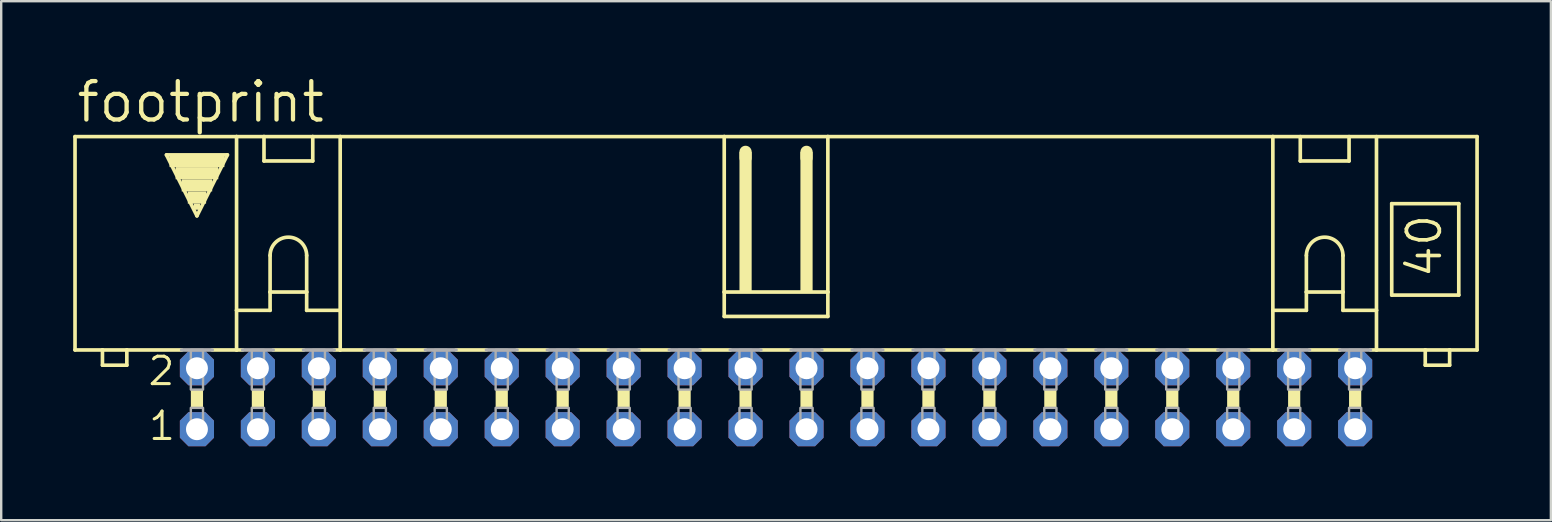
<source format=kicad_pcb>
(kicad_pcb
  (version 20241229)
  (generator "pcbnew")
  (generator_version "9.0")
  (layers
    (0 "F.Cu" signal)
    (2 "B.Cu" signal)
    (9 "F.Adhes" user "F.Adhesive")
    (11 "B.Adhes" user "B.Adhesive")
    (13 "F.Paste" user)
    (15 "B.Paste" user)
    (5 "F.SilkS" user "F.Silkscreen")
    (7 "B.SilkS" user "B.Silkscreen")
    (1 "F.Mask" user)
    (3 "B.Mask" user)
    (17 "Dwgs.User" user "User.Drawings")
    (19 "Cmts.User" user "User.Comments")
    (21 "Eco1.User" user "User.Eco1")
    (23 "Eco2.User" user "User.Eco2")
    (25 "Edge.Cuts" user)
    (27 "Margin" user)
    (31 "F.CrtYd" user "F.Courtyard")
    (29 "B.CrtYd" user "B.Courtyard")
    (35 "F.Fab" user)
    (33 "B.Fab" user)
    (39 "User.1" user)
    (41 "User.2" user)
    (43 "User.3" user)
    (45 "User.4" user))
  (footprint "footprint"
    (layer "F.Cu")
    (at 29.286 13.564)
    (property "Reference" "footprint" (at -29.235 -11.43 0) (layer "F.SilkS") (effects (font (size 1.6 1.6) (thickness 0.178)) (justify left bottom)))
    (fp_line (start -29.21 -2.032) (end -29.21 -10.922) (stroke (width 0.152) (type solid)) (layer "F.SilkS"))
    (fp_line (start -29.21 -2.032) (end -28.067 -2.032) (stroke (width 0.152) (type solid)) (layer "F.SilkS"))
    (fp_line (start -28.067 -2.032) (end -28.067 -1.397) (stroke (width 0.152) (type solid)) (layer "F.SilkS"))
    (fp_line (start -28.067 -2.032) (end -27.051 -2.032) (stroke (width 0.152) (type solid)) (layer "F.SilkS"))
    (fp_line (start -27.051 -2.032) (end -24.765 -2.032) (stroke (width 0.152) (type solid)) (layer "F.SilkS"))
    (fp_line (start -27.051 -1.397) (end -28.067 -1.397) (stroke (width 0.152) (type solid)) (layer "F.SilkS"))
    (fp_line (start -27.051 -1.397) (end -27.051 -2.032) (stroke (width 0.152) (type solid)) (layer "F.SilkS"))
    (fp_line (start -25.4 -10.16) (end -22.86 -10.16) (stroke (width 0.152) (type solid)) (layer "F.SilkS"))
    (fp_line (start -24.13 -7.62) (end -25.4 -10.16) (stroke (width 0.152) (type solid)) (layer "F.SilkS"))
    (fp_line (start -23.495 -2.032) (end -22.479 -2.032) (stroke (width 0.152) (type solid)) (layer "F.SilkS"))
    (fp_line (start -22.86 -10.16) (end -24.13 -7.62) (stroke (width 0.152) (type solid)) (layer "F.SilkS"))
    (fp_line (start -22.479 -10.922) (end -29.21 -10.922) (stroke (width 0.152) (type solid)) (layer "F.SilkS"))
    (fp_line (start -22.479 -10.922) (end -21.336 -10.922) (stroke (width 0.152) (type solid)) (layer "F.SilkS"))
    (fp_line (start -22.479 -3.683) (end -22.479 -10.922) (stroke (width 0.152) (type solid)) (layer "F.SilkS"))
    (fp_line (start -22.479 -3.683) (end -22.479 -2.032) (stroke (width 0.152) (type solid)) (layer "F.SilkS"))
    (fp_line (start -22.479 -3.683) (end -21.082 -3.683) (stroke (width 0.152) (type solid)) (layer "F.SilkS"))
    (fp_line (start -22.479 -2.032) (end -22.225 -2.032) (stroke (width 0.152) (type solid)) (layer "F.SilkS"))
    (fp_line (start -21.336 -10.922) (end -19.304 -10.922) (stroke (width 0.152) (type solid)) (layer "F.SilkS"))
    (fp_line (start -21.336 -9.906) (end -21.336 -10.922) (stroke (width 0.152) (type solid)) (layer "F.SilkS"))
    (fp_line (start -21.336 -9.906) (end -19.304 -9.906) (stroke (width 0.152) (type solid)) (layer "F.SilkS"))
    (fp_line (start -21.082 -5.969) (end -21.082 -4.445) (stroke (width 0.152) (type solid)) (layer "F.SilkS"))
    (fp_line (start -21.082 -4.445) (end -21.082 -3.683) (stroke (width 0.152) (type solid)) (layer "F.SilkS"))
    (fp_line (start -21.082 -4.445) (end -19.558 -4.445) (stroke (width 0.152) (type solid)) (layer "F.SilkS"))
    (fp_line (start -20.955 -2.032) (end -19.685 -2.032) (stroke (width 0.152) (type solid)) (layer "F.SilkS"))
    (fp_line (start -19.558 -5.969) (end -19.558 -4.445) (stroke (width 0.152) (type solid)) (layer "F.SilkS"))
    (fp_line (start -19.558 -4.445) (end -19.558 -3.683) (stroke (width 0.152) (type solid)) (layer "F.SilkS"))
    (fp_line (start -19.558 -3.683) (end -18.161 -3.683) (stroke (width 0.152) (type solid)) (layer "F.SilkS"))
    (fp_line (start -19.304 -10.922) (end -19.304 -9.906) (stroke (width 0.152) (type solid)) (layer "F.SilkS"))
    (fp_line (start -19.304 -10.922) (end -18.161 -10.922) (stroke (width 0.152) (type solid)) (layer "F.SilkS"))
    (fp_line (start -18.415 -2.032) (end -18.161 -2.032) (stroke (width 0.152) (type solid)) (layer "F.SilkS"))
    (fp_line (start -18.161 -10.922) (end -2.159 -10.922) (stroke (width 0.152) (type solid)) (layer "F.SilkS"))
    (fp_line (start -18.161 -3.683) (end -18.161 -10.922) (stroke (width 0.152) (type solid)) (layer "F.SilkS"))
    (fp_line (start -18.161 -3.683) (end -18.161 -2.032) (stroke (width 0.152) (type solid)) (layer "F.SilkS"))
    (fp_line (start -18.161 -2.032) (end -17.145 -2.032) (stroke (width 0.152) (type solid)) (layer "F.SilkS"))
    (fp_line (start -15.875 -2.032) (end -14.605 -2.032) (stroke (width 0.152) (type solid)) (layer "F.SilkS"))
    (fp_line (start -13.335 -2.032) (end -12.065 -2.032) (stroke (width 0.152) (type solid)) (layer "F.SilkS"))
    (fp_line (start -10.795 -2.032) (end -9.525 -2.032) (stroke (width 0.152) (type solid)) (layer "F.SilkS"))
    (fp_line (start -8.255 -2.032) (end -6.985 -2.032) (stroke (width 0.152) (type solid)) (layer "F.SilkS"))
    (fp_line (start -5.715 -2.032) (end -4.445 -2.032) (stroke (width 0.152) (type solid)) (layer "F.SilkS"))
    (fp_line (start -3.175 -2.032) (end -1.905 -2.032) (stroke (width 0.152) (type solid)) (layer "F.SilkS"))
    (fp_line (start -2.159 -10.922) (end -2.159 -4.445) (stroke (width 0.152) (type solid)) (layer "F.SilkS"))
    (fp_line (start -2.159 -10.922) (end 2.159 -10.922) (stroke (width 0.152) (type solid)) (layer "F.SilkS"))
    (fp_line (start -2.159 -4.445) (end -2.159 -3.429) (stroke (width 0.152) (type solid)) (layer "F.SilkS"))
    (fp_line (start -1.27 -10.033) (end -1.27 -10.287) (stroke (width 0.508) (type solid)) (layer "F.SilkS"))
    (fp_line (start -0.635 -2.032) (end 0.635 -2.032) (stroke (width 0.152) (type solid)) (layer "F.SilkS"))
    (fp_line (start 1.27 -10.033) (end 1.27 -10.287) (stroke (width 0.508) (type solid)) (layer "F.SilkS"))
    (fp_line (start 1.905 -2.032) (end 3.175 -2.032) (stroke (width 0.152) (type solid)) (layer "F.SilkS"))
    (fp_line (start 2.159 -10.922) (end 2.159 -4.445) (stroke (width 0.152) (type solid)) (layer "F.SilkS"))
    (fp_line (start 2.159 -10.922) (end 20.701 -10.922) (stroke (width 0.152) (type solid)) (layer "F.SilkS"))
    (fp_line (start 2.159 -4.445) (end -2.159 -4.445) (stroke (width 0.152) (type solid)) (layer "F.SilkS"))
    (fp_line (start 2.159 -4.445) (end 2.159 -3.429) (stroke (width 0.152) (type solid)) (layer "F.SilkS"))
    (fp_line (start 2.159 -3.429) (end -2.159 -3.429) (stroke (width 0.152) (type solid)) (layer "F.SilkS"))
    (fp_line (start 4.445 -2.032) (end 5.715 -2.032) (stroke (width 0.152) (type solid)) (layer "F.SilkS"))
    (fp_line (start 6.985 -2.032) (end 8.255 -2.032) (stroke (width 0.152) (type solid)) (layer "F.SilkS"))
    (fp_line (start 9.525 -2.032) (end 10.795 -2.032) (stroke (width 0.152) (type solid)) (layer "F.SilkS"))
    (fp_line (start 12.065 -2.032) (end 13.335 -2.032) (stroke (width 0.152) (type solid)) (layer "F.SilkS"))
    (fp_line (start 14.605 -2.032) (end 15.875 -2.032) (stroke (width 0.152) (type solid)) (layer "F.SilkS"))
    (fp_line (start 17.145 -2.032) (end 18.415 -2.032) (stroke (width 0.152) (type solid)) (layer "F.SilkS"))
    (fp_line (start 19.685 -2.032) (end 20.701 -2.032) (stroke (width 0.152) (type solid)) (layer "F.SilkS"))
    (fp_line (start 20.701 -10.922) (end 29.21 -10.922) (stroke (width 0.152) (type solid)) (layer "F.SilkS"))
    (fp_line (start 20.701 -3.683) (end 20.701 -10.922) (stroke (width 0.152) (type solid)) (layer "F.SilkS"))
    (fp_line (start 20.701 -3.683) (end 20.701 -2.032) (stroke (width 0.152) (type solid)) (layer "F.SilkS"))
    (fp_line (start 20.701 -3.683) (end 22.098 -3.683) (stroke (width 0.152) (type solid)) (layer "F.SilkS"))
    (fp_line (start 20.701 -2.032) (end 20.955 -2.032) (stroke (width 0.152) (type solid)) (layer "F.SilkS"))
    (fp_line (start 21.844 -9.906) (end 21.844 -10.922) (stroke (width 0.152) (type solid)) (layer "F.SilkS"))
    (fp_line (start 21.844 -9.906) (end 23.876 -9.906) (stroke (width 0.152) (type solid)) (layer "F.SilkS"))
    (fp_line (start 22.098 -5.969) (end 22.098 -4.445) (stroke (width 0.152) (type solid)) (layer "F.SilkS"))
    (fp_line (start 22.098 -4.445) (end 22.098 -3.683) (stroke (width 0.152) (type solid)) (layer "F.SilkS"))
    (fp_line (start 22.098 -4.445) (end 23.622 -4.445) (stroke (width 0.152) (type solid)) (layer "F.SilkS"))
    (fp_line (start 22.225 -2.032) (end 23.495 -2.032) (stroke (width 0.152) (type solid)) (layer "F.SilkS"))
    (fp_line (start 23.622 -5.969) (end 23.622 -4.445) (stroke (width 0.152) (type solid)) (layer "F.SilkS"))
    (fp_line (start 23.622 -4.445) (end 23.622 -3.683) (stroke (width 0.152) (type solid)) (layer "F.SilkS"))
    (fp_line (start 23.622 -3.683) (end 25.019 -3.683) (stroke (width 0.152) (type solid)) (layer "F.SilkS"))
    (fp_line (start 23.876 -10.922) (end 23.876 -9.906) (stroke (width 0.152) (type solid)) (layer "F.SilkS"))
    (fp_line (start 25.019 -3.683) (end 25.019 -10.922) (stroke (width 0.152) (type solid)) (layer "F.SilkS"))
    (fp_line (start 25.019 -3.683) (end 25.019 -2.032) (stroke (width 0.152) (type solid)) (layer "F.SilkS"))
    (fp_line (start 25.019 -2.032) (end 24.765 -2.032) (stroke (width 0.152) (type solid)) (layer "F.SilkS"))
    (fp_line (start 25.654 -8.128) (end 25.654 -4.318) (stroke (width 0.152) (type solid)) (layer "F.SilkS"))
    (fp_line (start 25.654 -8.128) (end 28.448 -8.128) (stroke (width 0.152) (type solid)) (layer "F.SilkS"))
    (fp_line (start 25.654 -4.318) (end 28.448 -4.318) (stroke (width 0.152) (type solid)) (layer "F.SilkS"))
    (fp_line (start 27.051 -2.032) (end 25.019 -2.032) (stroke (width 0.152) (type solid)) (layer "F.SilkS"))
    (fp_line (start 27.051 -2.032) (end 27.051 -1.397) (stroke (width 0.152) (type solid)) (layer "F.SilkS"))
    (fp_line (start 28.067 -2.032) (end 27.051 -2.032) (stroke (width 0.152) (type solid)) (layer "F.SilkS"))
    (fp_line (start 28.067 -1.397) (end 27.051 -1.397) (stroke (width 0.152) (type solid)) (layer "F.SilkS"))
    (fp_line (start 28.067 -1.397) (end 28.067 -2.032) (stroke (width 0.152) (type solid)) (layer "F.SilkS"))
    (fp_line (start 28.448 -4.318) (end 28.448 -8.128) (stroke (width 0.152) (type solid)) (layer "F.SilkS"))
    (fp_line (start 29.21 -2.032) (end 28.067 -2.032) (stroke (width 0.152) (type solid)) (layer "F.SilkS"))
    (fp_line (start 29.21 -2.032) (end 29.21 -10.922) (stroke (width 0.152) (type solid)) (layer "F.SilkS"))
    (fp_arc (start -21.082 -5.969) (mid -20.32 -6.731) (end -19.558 -5.969) (stroke (width 0.1524) (type solid)) (layer "F.SilkS"))
    (fp_arc (start 22.098 -5.969) (mid 22.86 -6.731) (end 23.622 -5.969) (stroke (width 0.1524) (type solid)) (layer "F.SilkS"))
    (fp_poly (pts (xy -25.273 -9.652) (xy -22.987 -9.652) (xy -22.987 -10.16) (xy -25.273 -10.16)) (stroke (width 0) (type solid)) (fill yes) (layer "F.SilkS"))
    (fp_poly (pts (xy -25.019 -9.144) (xy -23.241 -9.144) (xy -23.241 -9.652) (xy -25.019 -9.652)) (stroke (width 0) (type solid)) (fill yes) (layer "F.SilkS"))
    (fp_poly (pts (xy -24.765 -8.636) (xy -23.495 -8.636) (xy -23.495 -9.144) (xy -24.765 -9.144)) (stroke (width 0) (type solid)) (fill yes) (layer "F.SilkS"))
    (fp_poly (pts (xy -24.511 -8.128) (xy -23.749 -8.128) (xy -23.749 -8.636) (xy -24.511 -8.636)) (stroke (width 0) (type solid)) (fill yes) (layer "F.SilkS"))
    (fp_poly (pts (xy -24.384 0.381) (xy -23.876 0.381) (xy -23.876 -0.381) (xy -24.384 -0.381)) (stroke (width 0) (type solid)) (fill yes) (layer "F.SilkS"))
    (fp_poly (pts (xy -24.257 -7.874) (xy -24.003 -7.874) (xy -24.003 -8.128) (xy -24.257 -8.128)) (stroke (width 0) (type solid)) (fill yes) (layer "F.SilkS"))
    (fp_poly (pts (xy -21.844 0.381) (xy -21.336 0.381) (xy -21.336 -0.381) (xy -21.844 -0.381)) (stroke (width 0) (type solid)) (fill yes) (layer "F.SilkS"))
    (fp_poly (pts (xy -19.304 0.381) (xy -18.796 0.381) (xy -18.796 -0.381) (xy -19.304 -0.381)) (stroke (width 0) (type solid)) (fill yes) (layer "F.SilkS"))
    (fp_poly (pts (xy -16.764 0.381) (xy -16.256 0.381) (xy -16.256 -0.381) (xy -16.764 -0.381)) (stroke (width 0) (type solid)) (fill yes) (layer "F.SilkS"))
    (fp_poly (pts (xy -14.224 0.381) (xy -13.716 0.381) (xy -13.716 -0.381) (xy -14.224 -0.381)) (stroke (width 0) (type solid)) (fill yes) (layer "F.SilkS"))
    (fp_poly (pts (xy -11.684 0.381) (xy -11.176 0.381) (xy -11.176 -0.381) (xy -11.684 -0.381)) (stroke (width 0) (type solid)) (fill yes) (layer "F.SilkS"))
    (fp_poly (pts (xy -9.144 0.381) (xy -8.636 0.381) (xy -8.636 -0.381) (xy -9.144 -0.381)) (stroke (width 0) (type solid)) (fill yes) (layer "F.SilkS"))
    (fp_poly (pts (xy -6.604 0.381) (xy -6.096 0.381) (xy -6.096 -0.381) (xy -6.604 -0.381)) (stroke (width 0) (type solid)) (fill yes) (layer "F.SilkS"))
    (fp_poly (pts (xy -4.064 0.381) (xy -3.556 0.381) (xy -3.556 -0.381) (xy -4.064 -0.381)) (stroke (width 0) (type solid)) (fill yes) (layer "F.SilkS"))
    (fp_poly (pts (xy -1.524 -4.445) (xy -1.016 -4.445) (xy -1.016 -10.287) (xy -1.524 -10.287)) (stroke (width 0) (type solid)) (fill yes) (layer "F.SilkS"))
    (fp_poly (pts (xy -1.524 0.381) (xy -1.016 0.381) (xy -1.016 -0.381) (xy -1.524 -0.381)) (stroke (width 0) (type solid)) (fill yes) (layer "F.SilkS"))
    (fp_poly (pts (xy 1.016 -4.445) (xy 1.524 -4.445) (xy 1.524 -10.287) (xy 1.016 -10.287)) (stroke (width 0) (type solid)) (fill yes) (layer "F.SilkS"))
    (fp_poly (pts (xy 1.016 0.381) (xy 1.524 0.381) (xy 1.524 -0.381) (xy 1.016 -0.381)) (stroke (width 0) (type solid)) (fill yes) (layer "F.SilkS"))
    (fp_poly (pts (xy 3.556 0.381) (xy 4.064 0.381) (xy 4.064 -0.381) (xy 3.556 -0.381)) (stroke (width 0) (type solid)) (fill yes) (layer "F.SilkS"))
    (fp_poly (pts (xy 6.096 0.381) (xy 6.604 0.381) (xy 6.604 -0.381) (xy 6.096 -0.381)) (stroke (width 0) (type solid)) (fill yes) (layer "F.SilkS"))
    (fp_poly (pts (xy 8.636 0.381) (xy 9.144 0.381) (xy 9.144 -0.381) (xy 8.636 -0.381)) (stroke (width 0) (type solid)) (fill yes) (layer "F.SilkS"))
    (fp_poly (pts (xy 11.176 0.381) (xy 11.684 0.381) (xy 11.684 -0.381) (xy 11.176 -0.381)) (stroke (width 0) (type solid)) (fill yes) (layer "F.SilkS"))
    (fp_poly (pts (xy 13.716 0.381) (xy 14.224 0.381) (xy 14.224 -0.381) (xy 13.716 -0.381)) (stroke (width 0) (type solid)) (fill yes) (layer "F.SilkS"))
    (fp_poly (pts (xy 16.256 0.381) (xy 16.764 0.381) (xy 16.764 -0.381) (xy 16.256 -0.381)) (stroke (width 0) (type solid)) (fill yes) (layer "F.SilkS"))
    (fp_poly (pts (xy 18.796 0.381) (xy 19.304 0.381) (xy 19.304 -0.381) (xy 18.796 -0.381)) (stroke (width 0) (type solid)) (fill yes) (layer "F.SilkS"))
    (fp_poly (pts (xy 21.336 0.381) (xy 21.844 0.381) (xy 21.844 -0.381) (xy 21.336 -0.381)) (stroke (width 0) (type solid)) (fill yes) (layer "F.SilkS"))
    (fp_poly (pts (xy 23.876 0.381) (xy 24.384 0.381) (xy 24.384 -0.381) (xy 23.876 -0.381)) (stroke (width 0) (type solid)) (fill yes) (layer "F.SilkS"))
    (fp_line (start -24.765 -2.032) (end -23.495 -2.032) (stroke (width 0.152) (type solid)) (layer "F.Fab"))
    (fp_line (start -22.225 -2.032) (end -20.955 -2.032) (stroke (width 0.152) (type solid)) (layer "F.Fab"))
    (fp_line (start -19.685 -2.032) (end -18.415 -2.032) (stroke (width 0.152) (type solid)) (layer "F.Fab"))
    (fp_line (start -17.145 -2.032) (end -15.875 -2.032) (stroke (width 0.152) (type solid)) (layer "F.Fab"))
    (fp_line (start -14.605 -2.032) (end -13.335 -2.032) (stroke (width 0.152) (type solid)) (layer "F.Fab"))
    (fp_line (start -12.065 -2.032) (end -10.795 -2.032) (stroke (width 0.152) (type solid)) (layer "F.Fab"))
    (fp_line (start -9.525 -2.032) (end -8.255 -2.032) (stroke (width 0.152) (type solid)) (layer "F.Fab"))
    (fp_line (start -6.985 -2.032) (end -5.715 -2.032) (stroke (width 0.152) (type solid)) (layer "F.Fab"))
    (fp_line (start -4.445 -2.032) (end -3.175 -2.032) (stroke (width 0.152) (type solid)) (layer "F.Fab"))
    (fp_line (start -1.905 -2.032) (end -0.635 -2.032) (stroke (width 0.152) (type solid)) (layer "F.Fab"))
    (fp_line (start 0.635 -2.032) (end 1.905 -2.032) (stroke (width 0.152) (type solid)) (layer "F.Fab"))
    (fp_line (start 3.175 -2.032) (end 4.445 -2.032) (stroke (width 0.152) (type solid)) (layer "F.Fab"))
    (fp_line (start 5.715 -2.032) (end 6.985 -2.032) (stroke (width 0.152) (type solid)) (layer "F.Fab"))
    (fp_line (start 8.255 -2.032) (end 9.525 -2.032) (stroke (width 0.152) (type solid)) (layer "F.Fab"))
    (fp_line (start 10.795 -2.032) (end 12.065 -2.032) (stroke (width 0.152) (type solid)) (layer "F.Fab"))
    (fp_line (start 13.335 -2.032) (end 14.605 -2.032) (stroke (width 0.152) (type solid)) (layer "F.Fab"))
    (fp_line (start 15.875 -2.032) (end 17.145 -2.032) (stroke (width 0.152) (type solid)) (layer "F.Fab"))
    (fp_line (start 19.685 -2.032) (end 18.415 -2.032) (stroke (width 0.152) (type solid)) (layer "F.Fab"))
    (fp_line (start 22.225 -2.032) (end 20.955 -2.032) (stroke (width 0.152) (type solid)) (layer "F.Fab"))
    (fp_line (start 24.765 -2.032) (end 23.495 -2.032) (stroke (width 0.152) (type solid)) (layer "F.Fab"))
    (fp_poly (pts (xy -24.384 -0.381) (xy -23.876 -0.381) (xy -23.876 -2.032) (xy -24.384 -2.032)) (stroke (width 0.1) (type solid)) (fill no) (layer "F.Fab"))
    (fp_poly (pts (xy -24.384 1.524) (xy -23.876 1.524) (xy -23.876 0.381) (xy -24.384 0.381)) (stroke (width 0.1) (type solid)) (fill no) (layer "F.Fab"))
    (fp_poly (pts (xy -21.844 -0.381) (xy -21.336 -0.381) (xy -21.336 -2.032) (xy -21.844 -2.032)) (stroke (width 0.1) (type solid)) (fill no) (layer "F.Fab"))
    (fp_poly (pts (xy -21.844 1.524) (xy -21.336 1.524) (xy -21.336 0.381) (xy -21.844 0.381)) (stroke (width 0.1) (type solid)) (fill no) (layer "F.Fab"))
    (fp_poly (pts (xy -19.304 -0.381) (xy -18.796 -0.381) (xy -18.796 -2.032) (xy -19.304 -2.032)) (stroke (width 0.1) (type solid)) (fill no) (layer "F.Fab"))
    (fp_poly (pts (xy -19.304 1.524) (xy -18.796 1.524) (xy -18.796 0.381) (xy -19.304 0.381)) (stroke (width 0.1) (type solid)) (fill no) (layer "F.Fab"))
    (fp_poly (pts (xy -16.764 -0.381) (xy -16.256 -0.381) (xy -16.256 -2.032) (xy -16.764 -2.032)) (stroke (width 0.1) (type solid)) (fill no) (layer "F.Fab"))
    (fp_poly (pts (xy -16.764 1.524) (xy -16.256 1.524) (xy -16.256 0.381) (xy -16.764 0.381)) (stroke (width 0.1) (type solid)) (fill no) (layer "F.Fab"))
    (fp_poly (pts (xy -14.224 -0.381) (xy -13.716 -0.381) (xy -13.716 -2.032) (xy -14.224 -2.032)) (stroke (width 0.1) (type solid)) (fill no) (layer "F.Fab"))
    (fp_poly (pts (xy -14.224 1.524) (xy -13.716 1.524) (xy -13.716 0.381) (xy -14.224 0.381)) (stroke (width 0.1) (type solid)) (fill no) (layer "F.Fab"))
    (fp_poly (pts (xy -11.684 -0.381) (xy -11.176 -0.381) (xy -11.176 -2.032) (xy -11.684 -2.032)) (stroke (width 0.1) (type solid)) (fill no) (layer "F.Fab"))
    (fp_poly (pts (xy -11.684 1.524) (xy -11.176 1.524) (xy -11.176 0.381) (xy -11.684 0.381)) (stroke (width 0.1) (type solid)) (fill no) (layer "F.Fab"))
    (fp_poly (pts (xy -9.144 -0.381) (xy -8.636 -0.381) (xy -8.636 -2.032) (xy -9.144 -2.032)) (stroke (width 0.1) (type solid)) (fill no) (layer "F.Fab"))
    (fp_poly (pts (xy -9.144 1.524) (xy -8.636 1.524) (xy -8.636 0.381) (xy -9.144 0.381)) (stroke (width 0.1) (type solid)) (fill no) (layer "F.Fab"))
    (fp_poly (pts (xy -6.604 -0.381) (xy -6.096 -0.381) (xy -6.096 -2.032) (xy -6.604 -2.032)) (stroke (width 0.1) (type solid)) (fill no) (layer "F.Fab"))
    (fp_poly (pts (xy -6.604 1.524) (xy -6.096 1.524) (xy -6.096 0.381) (xy -6.604 0.381)) (stroke (width 0.1) (type solid)) (fill no) (layer "F.Fab"))
    (fp_poly (pts (xy -4.064 -0.381) (xy -3.556 -0.381) (xy -3.556 -2.032) (xy -4.064 -2.032)) (stroke (width 0.1) (type solid)) (fill no) (layer "F.Fab"))
    (fp_poly (pts (xy -4.064 1.524) (xy -3.556 1.524) (xy -3.556 0.381) (xy -4.064 0.381)) (stroke (width 0.1) (type solid)) (fill no) (layer "F.Fab"))
    (fp_poly (pts (xy -1.524 -0.381) (xy -1.016 -0.381) (xy -1.016 -2.032) (xy -1.524 -2.032)) (stroke (width 0.1) (type solid)) (fill no) (layer "F.Fab"))
    (fp_poly (pts (xy -1.524 1.524) (xy -1.016 1.524) (xy -1.016 0.381) (xy -1.524 0.381)) (stroke (width 0.1) (type solid)) (fill no) (layer "F.Fab"))
    (fp_poly (pts (xy 1.016 -0.381) (xy 1.524 -0.381) (xy 1.524 -2.032) (xy 1.016 -2.032)) (stroke (width 0.1) (type solid)) (fill no) (layer "F.Fab"))
    (fp_poly (pts (xy 1.016 1.524) (xy 1.524 1.524) (xy 1.524 0.381) (xy 1.016 0.381)) (stroke (width 0.1) (type solid)) (fill no) (layer "F.Fab"))
    (fp_poly (pts (xy 3.556 -0.381) (xy 4.064 -0.381) (xy 4.064 -2.032) (xy 3.556 -2.032)) (stroke (width 0.1) (type solid)) (fill no) (layer "F.Fab"))
    (fp_poly (pts (xy 3.556 1.524) (xy 4.064 1.524) (xy 4.064 0.381) (xy 3.556 0.381)) (stroke (width 0.1) (type solid)) (fill no) (layer "F.Fab"))
    (fp_poly (pts (xy 6.096 -0.381) (xy 6.604 -0.381) (xy 6.604 -2.032) (xy 6.096 -2.032)) (stroke (width 0.1) (type solid)) (fill no) (layer "F.Fab"))
    (fp_poly (pts (xy 6.096 1.524) (xy 6.604 1.524) (xy 6.604 0.381) (xy 6.096 0.381)) (stroke (width 0.1) (type solid)) (fill no) (layer "F.Fab"))
    (fp_poly (pts (xy 8.636 -0.381) (xy 9.144 -0.381) (xy 9.144 -2.032) (xy 8.636 -2.032)) (stroke (width 0.1) (type solid)) (fill no) (layer "F.Fab"))
    (fp_poly (pts (xy 8.636 1.524) (xy 9.144 1.524) (xy 9.144 0.381) (xy 8.636 0.381)) (stroke (width 0.1) (type solid)) (fill no) (layer "F.Fab"))
    (fp_poly (pts (xy 11.176 -0.381) (xy 11.684 -0.381) (xy 11.684 -2.032) (xy 11.176 -2.032)) (stroke (width 0.1) (type solid)) (fill no) (layer "F.Fab"))
    (fp_poly (pts (xy 11.176 1.524) (xy 11.684 1.524) (xy 11.684 0.381) (xy 11.176 0.381)) (stroke (width 0.1) (type solid)) (fill no) (layer "F.Fab"))
    (fp_poly (pts (xy 13.716 -0.381) (xy 14.224 -0.381) (xy 14.224 -2.032) (xy 13.716 -2.032)) (stroke (width 0.1) (type solid)) (fill no) (layer "F.Fab"))
    (fp_poly (pts (xy 13.716 1.524) (xy 14.224 1.524) (xy 14.224 0.381) (xy 13.716 0.381)) (stroke (width 0.1) (type solid)) (fill no) (layer "F.Fab"))
    (fp_poly (pts (xy 16.256 -0.381) (xy 16.764 -0.381) (xy 16.764 -2.032) (xy 16.256 -2.032)) (stroke (width 0.1) (type solid)) (fill no) (layer "F.Fab"))
    (fp_poly (pts (xy 16.256 1.524) (xy 16.764 1.524) (xy 16.764 0.381) (xy 16.256 0.381)) (stroke (width 0.1) (type solid)) (fill no) (layer "F.Fab"))
    (fp_poly (pts (xy 18.796 -0.381) (xy 19.304 -0.381) (xy 19.304 -2.032) (xy 18.796 -2.032)) (stroke (width 0.1) (type solid)) (fill no) (layer "F.Fab"))
    (fp_poly (pts (xy 18.796 1.524) (xy 19.304 1.524) (xy 19.304 0.381) (xy 18.796 0.381)) (stroke (width 0.1) (type solid)) (fill no) (layer "F.Fab"))
    (fp_poly (pts (xy 21.336 -0.381) (xy 21.844 -0.381) (xy 21.844 -2.032) (xy 21.336 -2.032)) (stroke (width 0.1) (type solid)) (fill no) (layer "F.Fab"))
    (fp_poly (pts (xy 21.336 1.524) (xy 21.844 1.524) (xy 21.844 0.381) (xy 21.336 0.381)) (stroke (width 0.1) (type solid)) (fill no) (layer "F.Fab"))
    (fp_poly (pts (xy 23.876 -0.381) (xy 24.384 -0.381) (xy 24.384 -2.032) (xy 23.876 -2.032)) (stroke (width 0.1) (type solid)) (fill no) (layer "F.Fab"))
    (fp_poly (pts (xy 23.876 1.524) (xy 24.384 1.524) (xy 24.384 0.381) (xy 23.876 0.381)) (stroke (width 0.1) (type solid)) (fill no) (layer "F.Fab"))
    (fp_text user "40" (at 27.813 -4.953 90) (layer "F.SilkS") (effects (font (size 1.372 1.372) (thickness 0.152)) (justify left bottom)))
    (fp_text user "1" (at -26.213 1.803 0) (layer "F.SilkS") (effects (font (size 1.143 1.143) (thickness 0.127)) (justify left bottom)))
    (fp_text user "2" (at -26.238 -0.483 0) (layer "F.SilkS") (effects (font (size 1.143 1.143) (thickness 0.127)) (justify left bottom)))
    (pad "1" thru_hole roundrect (at -24.13 1.27) (size 1.422 1.422) (drill 0.914) (layers "*.Cu" "*.Mask") (roundrect_rratio 0.25) (chamfer_ratio 0.25) (chamfer top_left top_right bottom_left bottom_right))
    (pad "2" thru_hole roundrect (at -24.13 -1.27) (size 1.422 1.422) (drill 0.914) (layers "*.Cu" "*.Mask") (roundrect_rratio 0.25) (chamfer_ratio 0.25) (chamfer top_left top_right bottom_left bottom_right))
    (pad "3" thru_hole roundrect (at -21.59 1.27) (size 1.422 1.422) (drill 0.914) (layers "*.Cu" "*.Mask") (roundrect_rratio 0.25) (chamfer_ratio 0.25) (chamfer top_left top_right bottom_left bottom_right))
    (pad "4" thru_hole roundrect (at -21.59 -1.27) (size 1.422 1.422) (drill 0.914) (layers "*.Cu" "*.Mask") (roundrect_rratio 0.25) (chamfer_ratio 0.25) (chamfer top_left top_right bottom_left bottom_right))
    (pad "5" thru_hole roundrect (at -19.05 1.27) (size 1.422 1.422) (drill 0.914) (layers "*.Cu" "*.Mask") (roundrect_rratio 0.25) (chamfer_ratio 0.25) (chamfer top_left top_right bottom_left bottom_right))
    (pad "6" thru_hole roundrect (at -19.05 -1.27) (size 1.422 1.422) (drill 0.914) (layers "*.Cu" "*.Mask") (roundrect_rratio 0.25) (chamfer_ratio 0.25) (chamfer top_left top_right bottom_left bottom_right))
    (pad "7" thru_hole roundrect (at -16.51 1.27) (size 1.422 1.422) (drill 0.914) (layers "*.Cu" "*.Mask") (roundrect_rratio 0.25) (chamfer_ratio 0.25) (chamfer top_left top_right bottom_left bottom_right))
    (pad "8" thru_hole roundrect (at -16.51 -1.27) (size 1.422 1.422) (drill 0.914) (layers "*.Cu" "*.Mask") (roundrect_rratio 0.25) (chamfer_ratio 0.25) (chamfer top_left top_right bottom_left bottom_right))
    (pad "9" thru_hole roundrect (at -13.97 1.27) (size 1.422 1.422) (drill 0.914) (layers "*.Cu" "*.Mask") (roundrect_rratio 0.25) (chamfer_ratio 0.25) (chamfer top_left top_right bottom_left bottom_right))
    (pad "10" thru_hole roundrect (at -13.97 -1.27) (size 1.422 1.422) (drill 0.914) (layers "*.Cu" "*.Mask") (roundrect_rratio 0.25) (chamfer_ratio 0.25) (chamfer top_left top_right bottom_left bottom_right))
    (pad "11" thru_hole roundrect (at -11.43 1.27) (size 1.422 1.422) (drill 0.914) (layers "*.Cu" "*.Mask") (roundrect_rratio 0.25) (chamfer_ratio 0.25) (chamfer top_left top_right bottom_left bottom_right))
    (pad "12" thru_hole roundrect (at -11.43 -1.27) (size 1.422 1.422) (drill 0.914) (layers "*.Cu" "*.Mask") (roundrect_rratio 0.25) (chamfer_ratio 0.25) (chamfer top_left top_right bottom_left bottom_right))
    (pad "13" thru_hole roundrect (at -8.89 1.27) (size 1.422 1.422) (drill 0.914) (layers "*.Cu" "*.Mask") (roundrect_rratio 0.25) (chamfer_ratio 0.25) (chamfer top_left top_right bottom_left bottom_right))
    (pad "14" thru_hole roundrect (at -8.89 -1.27) (size 1.422 1.422) (drill 0.914) (layers "*.Cu" "*.Mask") (roundrect_rratio 0.25) (chamfer_ratio 0.25) (chamfer top_left top_right bottom_left bottom_right))
    (pad "15" thru_hole roundrect (at -6.35 1.27) (size 1.422 1.422) (drill 0.914) (layers "*.Cu" "*.Mask") (roundrect_rratio 0.25) (chamfer_ratio 0.25) (chamfer top_left top_right bottom_left bottom_right))
    (pad "16" thru_hole roundrect (at -6.35 -1.27) (size 1.422 1.422) (drill 0.914) (layers "*.Cu" "*.Mask") (roundrect_rratio 0.25) (chamfer_ratio 0.25) (chamfer top_left top_right bottom_left bottom_right))
    (pad "17" thru_hole roundrect (at -3.81 1.27) (size 1.422 1.422) (drill 0.914) (layers "*.Cu" "*.Mask") (roundrect_rratio 0.25) (chamfer_ratio 0.25) (chamfer top_left top_right bottom_left bottom_right))
    (pad "18" thru_hole roundrect (at -3.81 -1.27) (size 1.422 1.422) (drill 0.914) (layers "*.Cu" "*.Mask") (roundrect_rratio 0.25) (chamfer_ratio 0.25) (chamfer top_left top_right bottom_left bottom_right))
    (pad "19" thru_hole roundrect (at -1.27 1.27) (size 1.422 1.422) (drill 0.914) (layers "*.Cu" "*.Mask") (roundrect_rratio 0.25) (chamfer_ratio 0.25) (chamfer top_left top_right bottom_left bottom_right))
    (pad "20" thru_hole roundrect (at -1.27 -1.27) (size 1.422 1.422) (drill 0.914) (layers "*.Cu" "*.Mask") (roundrect_rratio 0.25) (chamfer_ratio 0.25) (chamfer top_left top_right bottom_left bottom_right))
    (pad "21" thru_hole roundrect (at 1.27 1.27) (size 1.422 1.422) (drill 0.914) (layers "*.Cu" "*.Mask") (roundrect_rratio 0.25) (chamfer_ratio 0.25) (chamfer top_left top_right bottom_left bottom_right))
    (pad "22" thru_hole roundrect (at 1.27 -1.27) (size 1.422 1.422) (drill 0.914) (layers "*.Cu" "*.Mask") (roundrect_rratio 0.25) (chamfer_ratio 0.25) (chamfer top_left top_right bottom_left bottom_right))
    (pad "23" thru_hole roundrect (at 3.81 1.27) (size 1.422 1.422) (drill 0.914) (layers "*.Cu" "*.Mask") (roundrect_rratio 0.25) (chamfer_ratio 0.25) (chamfer top_left top_right bottom_left bottom_right))
    (pad "24" thru_hole roundrect (at 3.81 -1.27) (size 1.422 1.422) (drill 0.914) (layers "*.Cu" "*.Mask") (roundrect_rratio 0.25) (chamfer_ratio 0.25) (chamfer top_left top_right bottom_left bottom_right))
    (pad "25" thru_hole roundrect (at 6.35 1.27) (size 1.422 1.422) (drill 0.914) (layers "*.Cu" "*.Mask") (roundrect_rratio 0.25) (chamfer_ratio 0.25) (chamfer top_left top_right bottom_left bottom_right))
    (pad "26" thru_hole roundrect (at 6.35 -1.27) (size 1.422 1.422) (drill 0.914) (layers "*.Cu" "*.Mask") (roundrect_rratio 0.25) (chamfer_ratio 0.25) (chamfer top_left top_right bottom_left bottom_right))
    (pad "27" thru_hole roundrect (at 8.89 1.27) (size 1.422 1.422) (drill 0.914) (layers "*.Cu" "*.Mask") (roundrect_rratio 0.25) (chamfer_ratio 0.25) (chamfer top_left top_right bottom_left bottom_right))
    (pad "28" thru_hole roundrect (at 8.89 -1.27) (size 1.422 1.422) (drill 0.914) (layers "*.Cu" "*.Mask") (roundrect_rratio 0.25) (chamfer_ratio 0.25) (chamfer top_left top_right bottom_left bottom_right))
    (pad "29" thru_hole roundrect (at 11.43 1.27) (size 1.422 1.422) (drill 0.914) (layers "*.Cu" "*.Mask") (roundrect_rratio 0.25) (chamfer_ratio 0.25) (chamfer top_left top_right bottom_left bottom_right))
    (pad "30" thru_hole roundrect (at 11.43 -1.27) (size 1.422 1.422) (drill 0.914) (layers "*.Cu" "*.Mask") (roundrect_rratio 0.25) (chamfer_ratio 0.25) (chamfer top_left top_right bottom_left bottom_right))
    (pad "31" thru_hole roundrect (at 13.97 1.27) (size 1.422 1.422) (drill 0.914) (layers "*.Cu" "*.Mask") (roundrect_rratio 0.25) (chamfer_ratio 0.25) (chamfer top_left top_right bottom_left bottom_right))
    (pad "32" thru_hole roundrect (at 13.97 -1.27) (size 1.422 1.422) (drill 0.914) (layers "*.Cu" "*.Mask") (roundrect_rratio 0.25) (chamfer_ratio 0.25) (chamfer top_left top_right bottom_left bottom_right))
    (pad "33" thru_hole roundrect (at 16.51 1.27) (size 1.422 1.422) (drill 0.914) (layers "*.Cu" "*.Mask") (roundrect_rratio 0.25) (chamfer_ratio 0.25) (chamfer top_left top_right bottom_left bottom_right))
    (pad "34" thru_hole roundrect (at 16.51 -1.27) (size 1.422 1.422) (drill 0.914) (layers "*.Cu" "*.Mask") (roundrect_rratio 0.25) (chamfer_ratio 0.25) (chamfer top_left top_right bottom_left bottom_right))
    (pad "35" thru_hole roundrect (at 19.05 1.27) (size 1.422 1.422) (drill 0.914) (layers "*.Cu" "*.Mask") (roundrect_rratio 0.25) (chamfer_ratio 0.25) (chamfer top_left top_right bottom_left bottom_right))
    (pad "36" thru_hole roundrect (at 19.05 -1.27) (size 1.422 1.422) (drill 0.914) (layers "*.Cu" "*.Mask") (roundrect_rratio 0.25) (chamfer_ratio 0.25) (chamfer top_left top_right bottom_left bottom_right))
    (pad "37" thru_hole roundrect (at 21.59 1.27) (size 1.422 1.422) (drill 0.914) (layers "*.Cu" "*.Mask") (roundrect_rratio 0.25) (chamfer_ratio 0.25) (chamfer top_left top_right bottom_left bottom_right))
    (pad "38" thru_hole roundrect (at 21.59 -1.27) (size 1.422 1.422) (drill 0.914) (layers "*.Cu" "*.Mask") (roundrect_rratio 0.25) (chamfer_ratio 0.25) (chamfer top_left top_right bottom_left bottom_right))
    (pad "39" thru_hole roundrect (at 24.13 1.27) (size 1.422 1.422) (drill 0.914) (layers "*.Cu" "*.Mask") (roundrect_rratio 0.25) (chamfer_ratio 0.25) (chamfer top_left top_right bottom_left bottom_right))
    (pad "40" thru_hole roundrect (at 24.13 -1.27) (size 1.422 1.422) (drill 0.914) (layers "*.Cu" "*.Mask") (roundrect_rratio 0.25) (chamfer_ratio 0.25) (chamfer top_left top_right bottom_left bottom_right)))
  (gr_rect
    (start -3 -3)
    (end 61.572 18.626)
    (stroke (width 0.1) (type default))
    (fill no)
    (layer "Edge.Cuts")))
</source>
